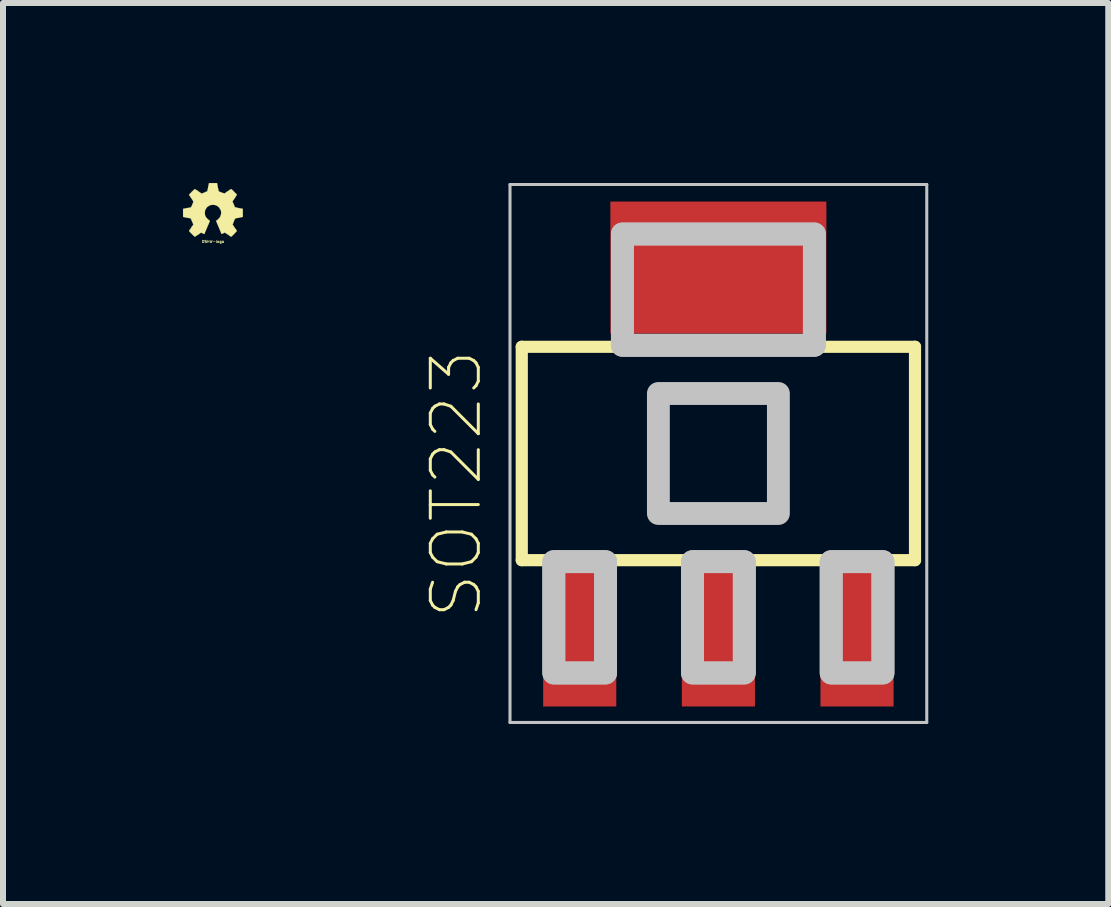
<source format=kicad_pcb>
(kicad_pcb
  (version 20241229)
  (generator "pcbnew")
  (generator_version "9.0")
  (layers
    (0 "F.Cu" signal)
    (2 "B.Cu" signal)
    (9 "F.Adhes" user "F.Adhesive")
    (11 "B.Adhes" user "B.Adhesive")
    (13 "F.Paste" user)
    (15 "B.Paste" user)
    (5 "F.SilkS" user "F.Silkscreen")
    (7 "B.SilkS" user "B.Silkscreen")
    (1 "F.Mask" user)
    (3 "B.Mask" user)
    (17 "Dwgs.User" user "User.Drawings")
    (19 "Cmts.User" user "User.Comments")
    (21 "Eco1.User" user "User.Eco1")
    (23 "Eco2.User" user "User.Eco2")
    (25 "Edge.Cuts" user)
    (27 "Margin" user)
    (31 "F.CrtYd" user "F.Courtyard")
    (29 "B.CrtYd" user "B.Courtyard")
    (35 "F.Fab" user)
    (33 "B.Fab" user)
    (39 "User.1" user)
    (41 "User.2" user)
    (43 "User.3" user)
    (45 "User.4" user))
  (footprint "OSHW-logo"
    (layer "F.Cu")
    (at 0.499 0.448)
    (property "Reference" "OSHW-logo" (at 0 0.528 0) (layer "F.SilkS") (effects (font (size 0.043 0.043) (thickness 0.008))))
    (attr through_hole)
    (fp_poly (pts (xy -0.302 0.447) (xy -0.297 0.445) (xy -0.284 0.437) (xy -0.269 0.427) (xy -0.249 0.414) (xy -0.229 0.401) (xy -0.213 0.389) (xy -0.201 0.381) (xy -0.196 0.378) (xy -0.193 0.381) (xy -0.185 0.386) (xy -0.17 0.391) (xy -0.163 0.396) (xy -0.15 0.401) (xy -0.145 0.404) (xy -0.142 0.401) (xy -0.137 0.391) (xy -0.132 0.376) (xy -0.122 0.353) (xy -0.112 0.328) (xy -0.099 0.3) (xy -0.089 0.272) (xy -0.076 0.246) (xy -0.066 0.221) (xy -0.058 0.203) (xy -0.053 0.188) (xy -0.051 0.183) (xy -0.053 0.183) (xy -0.058 0.175) (xy -0.069 0.168) (xy -0.094 0.147) (xy -0.117 0.119) (xy -0.132 0.086) (xy -0.135 0.048) (xy -0.132 0.015) (xy -0.119 -0.015) (xy -0.097 -0.046) (xy -0.069 -0.066) (xy -0.036 -0.081) (xy 0 -0.084) (xy 0.033 -0.081) (xy 0.066 -0.069) (xy 0.097 -0.046) (xy 0.109 -0.03) (xy 0.127 0) (xy 0.137 0.028) (xy 0.137 0.036) (xy 0.135 0.071) (xy 0.124 0.107) (xy 0.107 0.135) (xy 0.081 0.16) (xy 0.079 0.163) (xy 0.066 0.173) (xy 0.058 0.178) (xy 0.051 0.183) (xy 0.097 0.29) (xy 0.104 0.307) (xy 0.117 0.338) (xy 0.127 0.363) (xy 0.135 0.384) (xy 0.142 0.396) (xy 0.145 0.401) (xy 0.147 0.401) (xy 0.155 0.399) (xy 0.17 0.391) (xy 0.18 0.386) (xy 0.193 0.381) (xy 0.198 0.378) (xy 0.203 0.381) (xy 0.213 0.389) (xy 0.229 0.399) (xy 0.249 0.411) (xy 0.267 0.424) (xy 0.284 0.437) (xy 0.295 0.445) (xy 0.302 0.447) (xy 0.307 0.445) (xy 0.318 0.437) (xy 0.333 0.422) (xy 0.353 0.401) (xy 0.356 0.399) (xy 0.373 0.381) (xy 0.386 0.366) (xy 0.396 0.356) (xy 0.399 0.353) (xy 0.396 0.345) (xy 0.389 0.333) (xy 0.378 0.318) (xy 0.363 0.297) (xy 0.328 0.244) (xy 0.348 0.196) (xy 0.353 0.18) (xy 0.361 0.163) (xy 0.368 0.15) (xy 0.371 0.145) (xy 0.376 0.142) (xy 0.389 0.14) (xy 0.409 0.135) (xy 0.432 0.132) (xy 0.455 0.127) (xy 0.472 0.122) (xy 0.488 0.119) (xy 0.495 0.119) (xy 0.495 0.117) (xy 0.498 0.114) (xy 0.498 0.109) (xy 0.498 0.097) (xy 0.498 0.076) (xy 0.498 0.048) (xy 0.498 0.046) (xy 0.498 0.02) (xy 0.498 0) (xy 0.498 -0.013) (xy 0.495 -0.018) (xy 0.49 -0.02) (xy 0.475 -0.023) (xy 0.457 -0.025) (xy 0.432 -0.03) (xy 0.406 -0.036) (xy 0.389 -0.041) (xy 0.373 -0.043) (xy 0.368 -0.046) (xy 0.366 -0.046) (xy 0.361 -0.056) (xy 0.356 -0.071) (xy 0.348 -0.089) (xy 0.34 -0.107) (xy 0.333 -0.124) (xy 0.328 -0.135) (xy 0.328 -0.142) (xy 0.33 -0.147) (xy 0.338 -0.16) (xy 0.351 -0.175) (xy 0.363 -0.196) (xy 0.366 -0.198) (xy 0.378 -0.218) (xy 0.389 -0.236) (xy 0.396 -0.246) (xy 0.399 -0.251) (xy 0.399 -0.254) (xy 0.396 -0.259) (xy 0.386 -0.269) (xy 0.371 -0.284) (xy 0.353 -0.302) (xy 0.348 -0.307) (xy 0.328 -0.328) (xy 0.315 -0.34) (xy 0.305 -0.345) (xy 0.302 -0.348) (xy 0.295 -0.345) (xy 0.282 -0.335) (xy 0.267 -0.325) (xy 0.246 -0.31) (xy 0.244 -0.31) (xy 0.224 -0.297) (xy 0.208 -0.284) (xy 0.196 -0.277) (xy 0.191 -0.274) (xy 0.183 -0.277) (xy 0.168 -0.282) (xy 0.15 -0.287) (xy 0.132 -0.295) (xy 0.114 -0.302) (xy 0.102 -0.307) (xy 0.097 -0.312) (xy 0.094 -0.32) (xy 0.091 -0.335) (xy 0.086 -0.356) (xy 0.081 -0.378) (xy 0.081 -0.384) (xy 0.076 -0.406) (xy 0.074 -0.427) (xy 0.069 -0.439) (xy 0.069 -0.447) (xy 0.066 -0.447) (xy 0.053 -0.447) (xy 0.036 -0.447) (xy 0.013 -0.447) (xy -0.008 -0.447) (xy -0.028 -0.447) (xy -0.048 -0.447) (xy -0.061 -0.447) (xy -0.066 -0.445) (xy -0.069 -0.437) (xy -0.071 -0.422) (xy -0.076 -0.401) (xy -0.081 -0.376) (xy -0.081 -0.373) (xy -0.086 -0.348) (xy -0.091 -0.33) (xy -0.094 -0.315) (xy -0.094 -0.31) (xy -0.097 -0.31) (xy -0.107 -0.305) (xy -0.122 -0.3) (xy -0.142 -0.29) (xy -0.188 -0.272) (xy -0.244 -0.31) (xy -0.249 -0.315) (xy -0.269 -0.328) (xy -0.287 -0.338) (xy -0.297 -0.345) (xy -0.302 -0.348) (xy -0.307 -0.343) (xy -0.32 -0.333) (xy -0.335 -0.318) (xy -0.353 -0.302) (xy -0.366 -0.287) (xy -0.381 -0.272) (xy -0.391 -0.262) (xy -0.396 -0.254) (xy -0.399 -0.251) (xy -0.396 -0.249) (xy -0.394 -0.241) (xy -0.386 -0.231) (xy -0.373 -0.213) (xy -0.361 -0.193) (xy -0.348 -0.175) (xy -0.338 -0.157) (xy -0.33 -0.145) (xy -0.325 -0.137) (xy -0.328 -0.135) (xy -0.33 -0.124) (xy -0.338 -0.107) (xy -0.345 -0.086) (xy -0.366 -0.043) (xy -0.394 -0.038) (xy -0.411 -0.033) (xy -0.437 -0.03) (xy -0.46 -0.025) (xy -0.498 -0.018) (xy -0.498 0.114) (xy -0.493 0.117) (xy -0.488 0.119) (xy -0.475 0.122) (xy -0.455 0.127) (xy -0.432 0.13) (xy -0.411 0.135) (xy -0.391 0.137) (xy -0.378 0.14) (xy -0.371 0.142) (xy -0.371 0.145) (xy -0.366 0.155) (xy -0.358 0.17) (xy -0.351 0.188) (xy -0.343 0.206) (xy -0.335 0.224) (xy -0.33 0.236) (xy -0.328 0.244) (xy -0.33 0.249) (xy -0.338 0.262) (xy -0.351 0.277) (xy -0.363 0.297) (xy -0.376 0.318) (xy -0.389 0.333) (xy -0.396 0.345) (xy -0.399 0.351) (xy -0.396 0.356) (xy -0.389 0.363) (xy -0.376 0.378) (xy -0.353 0.401) (xy -0.348 0.404) (xy -0.333 0.422) (xy -0.318 0.434) (xy -0.307 0.445) (xy -0.302 0.447)) (stroke (width 0.003) (type solid)) (fill yes) (layer "F.SilkS")))
  (footprint "SOT223"
    (layer "F.Cu")
    (at 8.923 4.508)
    (property "Reference" "SOT223" (at -4.369 0.508 90) (layer "F.SilkS") (effects (font (size 0.8 0.8) (thickness 0.05))))
    (attr smd)
    (fp_line (start -3.277 -1.778) (end 3.277 -1.778) (stroke (width 0.203) (type solid)) (layer "F.SilkS"))
    (fp_line (start -3.277 1.778) (end -3.277 -1.778) (stroke (width 0.203) (type solid)) (layer "F.SilkS"))
    (fp_line (start 3.277 -1.778) (end 3.277 1.778) (stroke (width 0.203) (type solid)) (layer "F.SilkS"))
    (fp_line (start 3.277 1.778) (end -3.277 1.778) (stroke (width 0.203) (type solid)) (layer "F.SilkS"))
    (fp_line (start -3.473 -4.483) (end 3.473 -4.483) (stroke (width 0.051) (type solid)) (layer "Dwgs.User"))
    (fp_line (start -3.473 4.483) (end -3.473 -4.483) (stroke (width 0.051) (type solid)) (layer "Dwgs.User"))
    (fp_line (start 3.473 -4.483) (end 3.473 4.483) (stroke (width 0.051) (type solid)) (layer "Dwgs.User"))
    (fp_line (start 3.473 4.483) (end -3.473 4.483) (stroke (width 0.051) (type solid)) (layer "Dwgs.User"))
    (fp_poly (pts (xy -2.743 1.803) (xy -1.88 1.803) (xy -1.88 3.658) (xy -2.743 3.658)) (stroke (width 0.381) (type solid)) (fill no) (layer "Dwgs.User"))
    (fp_poly (pts (xy -2.743 1.803) (xy -1.88 1.803) (xy -1.88 3.658) (xy -2.743 3.658)) (stroke (width 0.381) (type solid)) (fill no) (layer "Dwgs.User"))
    (fp_poly (pts (xy -1.6 -3.658) (xy 1.6 -3.658) (xy 1.6 -1.803) (xy -1.6 -1.803)) (stroke (width 0.381) (type solid)) (fill no) (layer "Dwgs.User"))
    (fp_poly (pts (xy -1.6 -3.658) (xy 1.6 -3.658) (xy 1.6 -1.803) (xy -1.6 -1.803)) (stroke (width 0.381) (type solid)) (fill no) (layer "Dwgs.User"))
    (fp_poly (pts (xy -1 -1) (xy 1 -1) (xy 1 1) (xy -1 1)) (stroke (width 0.381) (type solid)) (fill no) (layer "Dwgs.User"))
    (fp_poly (pts (xy -0.432 1.803) (xy 0.432 1.803) (xy 0.432 3.658) (xy -0.432 3.658)) (stroke (width 0.381) (type solid)) (fill no) (layer "Dwgs.User"))
    (fp_poly (pts (xy -0.432 1.803) (xy 0.432 1.803) (xy 0.432 3.658) (xy -0.432 3.658)) (stroke (width 0.381) (type solid)) (fill no) (layer "Dwgs.User"))
    (fp_poly (pts (xy 1.88 1.803) (xy 2.743 1.803) (xy 2.743 3.658) (xy 1.88 3.658)) (stroke (width 0.381) (type solid)) (fill no) (layer "Dwgs.User"))
    (fp_poly (pts (xy 1.88 1.803) (xy 2.743 1.803) (xy 2.743 3.658) (xy 1.88 3.658)) (stroke (width 0.381) (type solid)) (fill no) (layer "Dwgs.User"))
    (pad "1" smd rect (at -2.311 3.099) (size 1.219 2.235) (layers "F.Cu" "F.Mask" "F.Paste"))
    (pad "2" smd rect (at 0 3.099) (size 1.219 2.235) (layers "F.Cu" "F.Mask" "F.Paste"))
    (pad "3" smd rect (at 2.311 3.099) (size 1.219 2.235) (layers "F.Cu" "F.Mask" "F.Paste"))
    (pad "4" smd rect (at 0 -3.099) (size 3.6 2.2) (layers "F.Cu" "F.Mask" "F.Paste")))
  (gr_rect
    (start -3 -3)
    (end 15.421 12.017)
    (stroke (width 0.1) (type default))
    (fill no)
    (layer "Edge.Cuts")))
</source>
